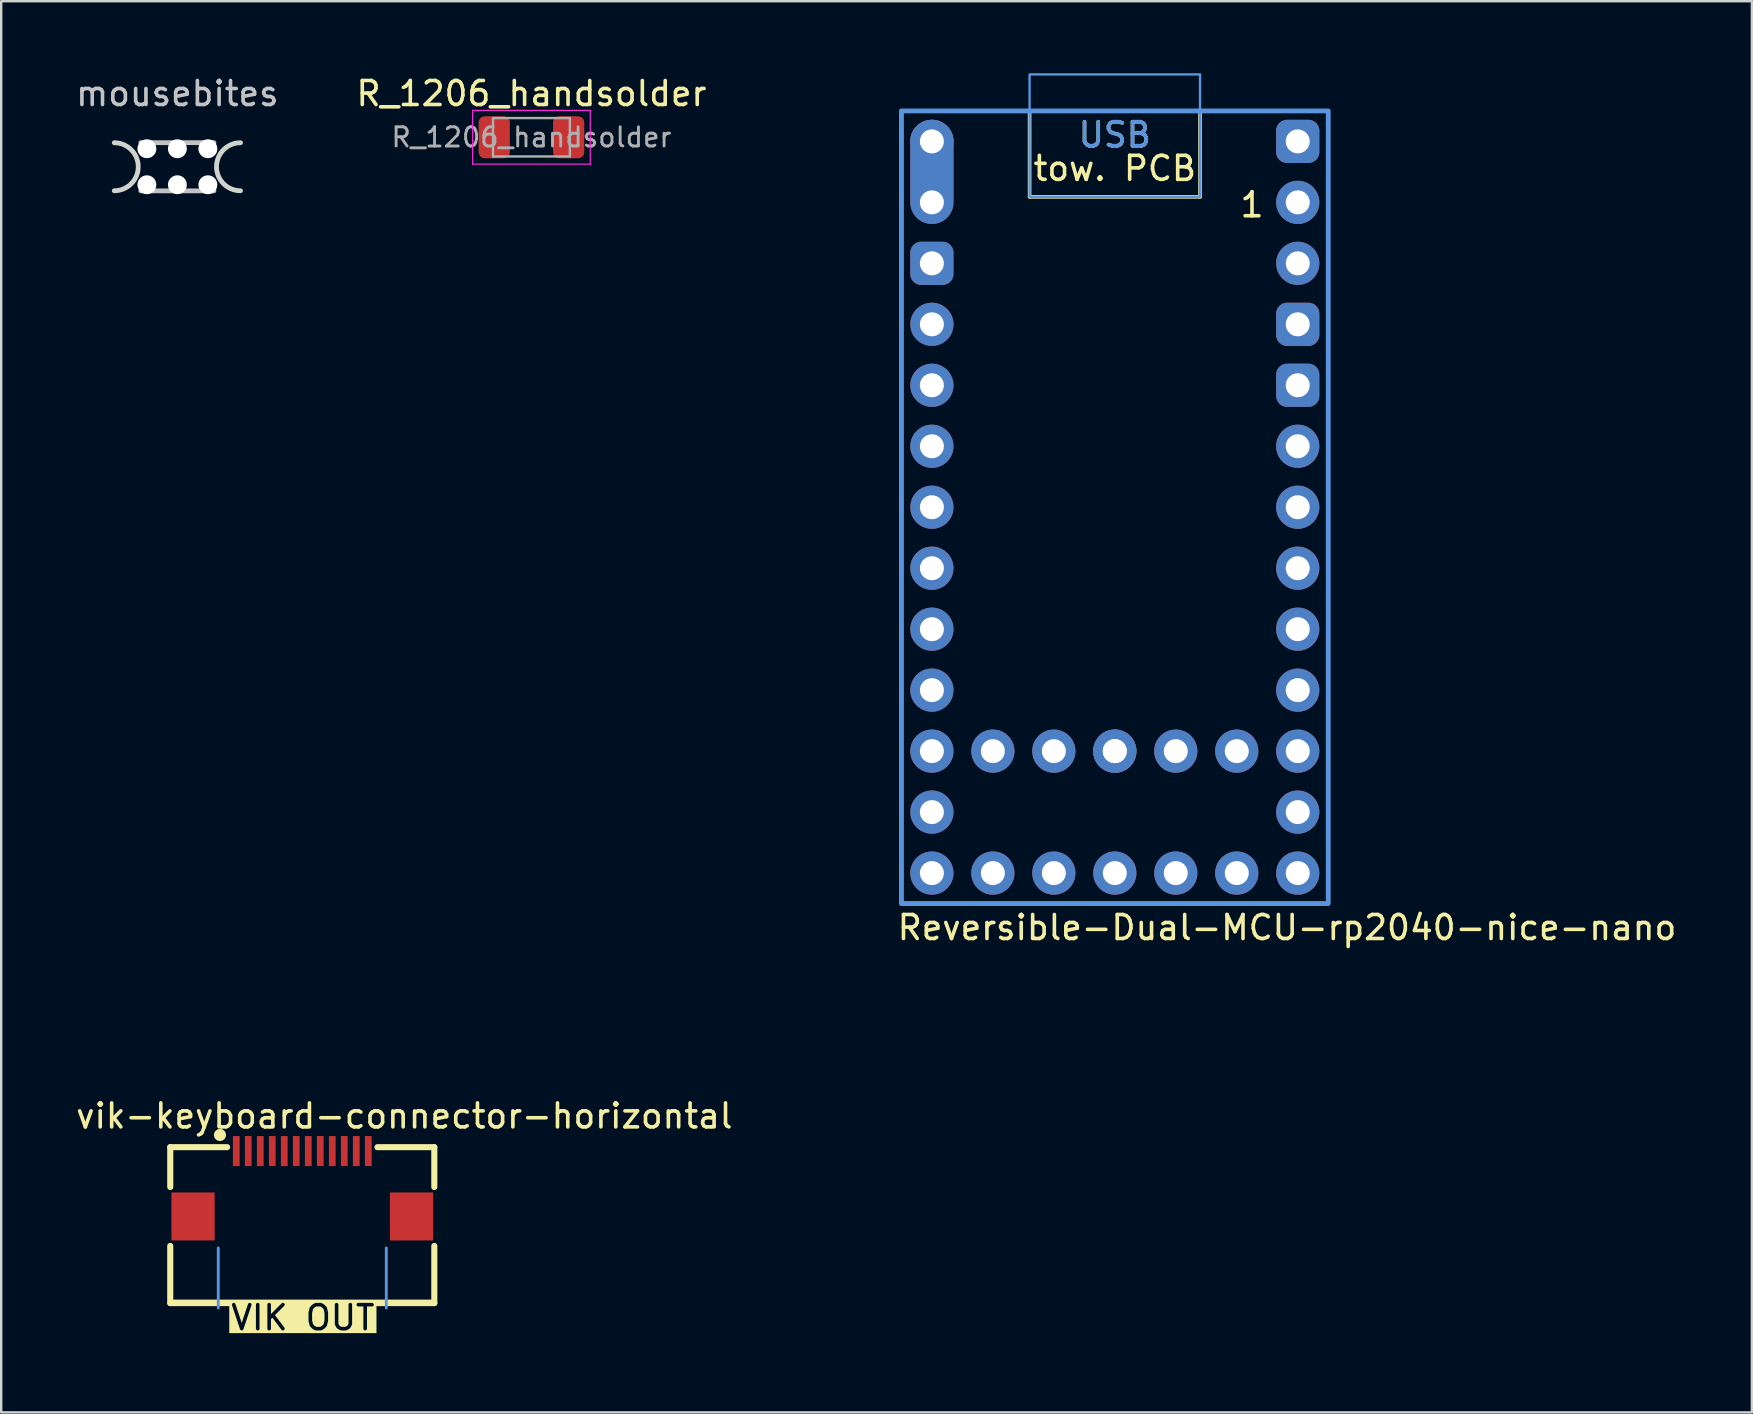
<source format=kicad_pcb>
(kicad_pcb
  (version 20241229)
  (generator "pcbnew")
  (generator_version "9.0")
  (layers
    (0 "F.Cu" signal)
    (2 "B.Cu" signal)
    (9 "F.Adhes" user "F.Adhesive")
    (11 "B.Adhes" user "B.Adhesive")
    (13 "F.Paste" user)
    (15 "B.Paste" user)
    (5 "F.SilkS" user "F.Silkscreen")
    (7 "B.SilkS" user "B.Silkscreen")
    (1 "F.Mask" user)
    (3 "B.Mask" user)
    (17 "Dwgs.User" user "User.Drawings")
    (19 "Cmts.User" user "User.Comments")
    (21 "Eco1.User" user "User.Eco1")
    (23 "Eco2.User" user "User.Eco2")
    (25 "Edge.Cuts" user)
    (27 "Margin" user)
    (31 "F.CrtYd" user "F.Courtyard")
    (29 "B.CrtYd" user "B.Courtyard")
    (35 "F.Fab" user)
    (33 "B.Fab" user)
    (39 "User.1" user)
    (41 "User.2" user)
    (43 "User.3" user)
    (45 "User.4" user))
  (footprint "vik-keyboard-connector-horizontal"
    (layer "F.Cu")
    (at 9.542 46.938)
    (property "Reference" "vik-keyboard-connector-horizontal" (at 4.25 -3.5 0) (unlocked yes) (layer "F.SilkS") (effects (font (size 1 1) (thickness 0.15))))
    (attr smd)
    (fp_line (start -5.5 -2.2) (end -3.131 -2.2) (stroke (width 0.254) (type solid)) (layer "F.SilkS"))
    (fp_line (start -5.5 -0.539) (end -5.5 -2.2) (stroke (width 0.254) (type solid)) (layer "F.SilkS"))
    (fp_line (start -5.5 4.2) (end 5.5 4.2) (stroke (width 0.1) (type default)) (layer "F.SilkS"))
    (fp_line (start -5.5 4.295) (end -5.5 1.912) (stroke (width 0.254) (type solid)) (layer "F.SilkS"))
    (fp_line (start -5.5 4.295) (end -3.05 4.295) (stroke (width 0.254) (type default)) (layer "F.SilkS"))
    (fp_line (start 3.1 4.295) (end 5.5 4.295) (stroke (width 0.254) (type default)) (layer "F.SilkS"))
    (fp_line (start 5.5 -2.2) (end 3.131 -2.2) (stroke (width 0.254) (type solid)) (layer "F.SilkS"))
    (fp_line (start 5.5 -0.539) (end 5.5 -2.2) (stroke (width 0.254) (type solid)) (layer "F.SilkS"))
    (fp_line (start 5.5 4.2) (end 5.5 4.295) (stroke (width 0.1) (type default)) (layer "F.SilkS"))
    (fp_line (start 5.5 4.295) (end 5.5 1.912) (stroke (width 0.254) (type solid)) (layer "F.SilkS"))
    (fp_circle (center -3.429 -2.708) (end -3.302 -2.708) (stroke (width 0.254) (type solid)) (fill no) (layer "F.SilkS"))
    (fp_line (start -3.5 2) (end -3.5 4.5) (stroke (width 0.12) (type default)) (layer "Cmts.User"))
    (fp_line (start 3.5 2) (end 3.5 4.5) (stroke (width 0.12) (type default)) (layer "Cmts.User"))
    (fp_text user "VIK OUT" (at -3.05 5.49 0) (unlocked yes) (layer "F.SilkS" knockout) (effects (font (size 1 1) (thickness 0.15)) (justify left bottom)))
    (fp_text user "C479750" (at 0 0.75 180) (layer "User.2") (effects (font (size 1 1) (thickness 0.15))))
    (pad "1" smd rect (at -2.75 -2.038) (size 0.28 1.25) (layers "F.Cu" "F.Mask" "F.Paste"))
    (pad "2" smd rect (at -2.25 -2.038) (size 0.28 1.25) (layers "F.Cu" "F.Mask" "F.Paste"))
    (pad "3" smd rect (at -1.75 -2.038) (size 0.28 1.25) (layers "F.Cu" "F.Mask" "F.Paste"))
    (pad "4" smd rect (at -1.25 -2.038) (size 0.28 1.25) (layers "F.Cu" "F.Mask" "F.Paste"))
    (pad "5" smd rect (at -0.75 -2.038) (size 0.28 1.25) (layers "F.Cu" "F.Mask" "F.Paste"))
    (pad "6" smd rect (at -0.25 -2.038) (size 0.28 1.25) (layers "F.Cu" "F.Mask" "F.Paste"))
    (pad "7" smd rect (at 0.25 -2.038) (size 0.28 1.25) (layers "F.Cu" "F.Mask" "F.Paste"))
    (pad "8" smd rect (at 0.75 -2.038) (size 0.28 1.25) (layers "F.Cu" "F.Mask" "F.Paste"))
    (pad "9" smd rect (at 1.25 -2.038) (size 0.28 1.25) (layers "F.Cu" "F.Mask" "F.Paste"))
    (pad "10" smd rect (at 1.75 -2.038) (size 0.28 1.25) (layers "F.Cu" "F.Mask" "F.Paste"))
    (pad "11" smd rect (at 2.25 -2.038) (size 0.28 1.25) (layers "F.Cu" "F.Mask" "F.Paste"))
    (pad "12" smd rect (at 2.75 -2.038) (size 0.28 1.25) (layers "F.Cu" "F.Mask" "F.Paste"))
    (pad "13" smd rect (at 4.55 0.686) (size 1.8 2) (layers "F.Cu" "F.Mask" "F.Paste"))
    (pad "14" smd rect (at -4.55 0.686) (size 1.8 2) (layers "F.Cu" "F.Mask" "F.Paste")))
  (footprint "mousebites"
    (layer "F.Cu")
    (at 4.339 3.896)
    (property "Reference" "mousebites" (at 0 -3.048 0) (layer "Dwgs.User") (effects (font (size 1 1) (thickness 0.15))))
    (attr through_hole board_only exclude_from_pos_files exclude_from_bom)
    (fp_line (start -1.524 -1.004) (end 1.524 -1.004) (stroke (width 0.2) (type solid)) (layer "Dwgs.User"))
    (fp_line (start -1.524 1.004) (end 1.524 1.004) (stroke (width 0.2) (type solid)) (layer "Dwgs.User"))
    (fp_arc (start -2.63 -1) (mid -1.63 0) (end -2.63 1) (stroke (width 0.2) (type default)) (layer "Edge.Cuts"))
    (fp_arc (start 2.63 1) (mid 1.63 0) (end 2.63 -1) (stroke (width 0.2) (type default)) (layer "Edge.Cuts"))
    (pad "" np_thru_hole circle (at -1.27 -0.75) (size 0.787 0.787) (drill 0.787) (layers "*.Cu" "*.Mask"))
    (pad "" np_thru_hole circle (at -1.27 0.75) (size 0.787 0.787) (drill 0.787) (layers "*.Cu" "*.Mask"))
    (pad "" np_thru_hole circle (at 0 -0.75) (size 0.787 0.787) (drill 0.787) (layers "*.Cu" "*.Mask"))
    (pad "" np_thru_hole circle (at 0 0.75) (size 0.787 0.787) (drill 0.787) (layers "*.Cu" "*.Mask"))
    (pad "" np_thru_hole circle (at 1.27 -0.75) (size 0.787 0.787) (drill 0.787) (layers "*.Cu" "*.Mask"))
    (pad "" np_thru_hole circle (at 1.27 0.75) (size 0.787 0.787) (drill 0.787) (layers "*.Cu" "*.Mask"))
    (zone (net_name "") (layers "F.Cu" "F.Mask" "B.Cu" "B.Mask" "F.SilkS" "B.SilkS" "F.Adhes" "B.Adhes" "F.Paste" "B.Paste") (hatch edge 0.5) (connect_pads) (min_thickness 0.25) (filled_areas_thickness no) (keepout (tracks not_allowed) (vias not_allowed) (pads allowed) (copperpour not_allowed) (footprints not_allowed)) (placement (enabled no)) (fill) (polygon (pts (xy 1.709 2.896) (xy 6.969 2.896) (xy 6.969 4.896) (xy 1.709 4.896)))))
  (footprint "Reversible-Dual-MCU-rp2040-nice-nano"
    (layer "F.Cu")
    (at 43.39 19.35)
    (property "Reference" "Reversible-Dual-MCU-rp2040-nice-nano" (at -9.14 16.24 0) (layer "F.SilkS") (effects (font (size 1 1) (thickness 0.15)) (justify left)))
    (attr through_hole exclude_from_pos_files exclude_from_bom)
    (fp_line (start -3.55 -14.2) (end -3.55 -17.78) (stroke (width 0.15) (type default)) (layer "F.SilkS"))
    (fp_line (start 3.55 -14.2) (end -3.55 -14.2) (stroke (width 0.15) (type default)) (layer "F.SilkS"))
    (fp_line (start 3.55 -14.2) (end 3.55 -17.78) (stroke (width 0.15) (type default)) (layer "F.SilkS"))
    (fp_rect (start -8.89 -17.78) (end 8.89 15.24) (stroke (width 0.15) (type solid)) (fill no) (layer "F.SilkS"))
    (fp_rect (start -3.55 -19.3) (end 3.55 -14.2) (stroke (width 0.1) (type default)) (fill no) (layer "Cmts.User"))
    (fp_rect (start 8.89 -17.78) (end -8.89 15.24) (stroke (width 0.2) (type solid)) (fill no) (layer "Cmts.User"))
    (fp_text user "1" (at 5.715 -13.283 0) (layer "F.SilkS") (effects (font (size 1 1) (thickness 0.15)) (justify bottom)))
    (fp_text user "USB" (at 0 -16.2 0) (unlocked yes) (layer "F.SilkS") (effects (font (size 1 1) (thickness 0.15)) (justify bottom)))
    (fp_text user "tow. PCB" (at 0 -14.8 0) (unlocked yes) (layer "F.SilkS") (effects (font (size 1 1) (thickness 0.15)) (justify bottom)))
    (fp_text user "USB" (at 0 -16.2 0) (layer "Cmts.User") (effects (font (size 1 1) (thickness 0.15)) (justify bottom)))
    (pad "1" thru_hole circle (at 7.62 -13.97) (size 1.8 1.8) (drill 1) (layers "*.Cu" "B.Mask"))
    (pad "2" thru_hole circle (at 7.62 -11.43) (size 1.8 1.8) (drill 1) (layers "*.Cu" "B.Mask"))
    (pad "3" thru_hole roundrect (at 7.62 -8.89) (size 1.8 1.8) (drill 1) (layers "*.Cu" "B.Mask") (roundrect_rratio 0.25))
    (pad "4" thru_hole roundrect (at 7.62 -6.35) (size 1.8 1.8) (drill 1) (layers "*.Cu" "B.Mask") (roundrect_rratio 0.25))
    (pad "5" thru_hole circle (at 7.62 -3.81) (size 1.8 1.8) (drill 1) (layers "*.Cu" "B.Mask"))
    (pad "6" thru_hole circle (at 7.62 -1.27) (size 1.8 1.8) (drill 1) (layers "*.Cu" "B.Mask"))
    (pad "7" thru_hole circle (at 7.62 1.27) (size 1.8 1.8) (drill 1) (layers "*.Cu" "B.Mask"))
    (pad "8" thru_hole circle (at 7.62 3.81) (size 1.8 1.8) (drill 1) (layers "*.Cu" "B.Mask"))
    (pad "9" thru_hole circle (at 7.62 6.35) (size 1.8 1.8) (drill 1) (layers "*.Cu" "B.Mask"))
    (pad "10" thru_hole circle (at 7.62 8.89) (size 1.8 1.8) (drill 1) (layers "*.Cu" "B.Mask"))
    (pad "11" thru_hole circle (at 7.62 11.43) (size 1.8 1.8) (drill 1) (layers "*.Cu" "B.Mask"))
    (pad "12" thru_hole circle (at 7.62 13.97) (size 1.8 1.8) (drill 1) (layers "*.Cu" "B.Mask"))
    (pad "13" thru_hole oval (at -7.62 -13.97) (size 1.8 4.34) (drill 1 (offset 0 -1.27)) (layers "*.Cu" "B.Mask"))
    (pad "14" thru_hole roundrect (at -7.62 -11.43) (size 1.8 1.8) (drill 1) (layers "*.Cu" "B.Mask") (roundrect_rratio 0.25))
    (pad "15" thru_hole circle (at -7.62 -8.89) (size 1.8 1.8) (drill 1) (layers "*.Cu" "B.Mask"))
    (pad "16" thru_hole circle (at -7.62 -6.35) (size 1.8 1.8) (drill 1) (layers "*.Cu" "B.Mask"))
    (pad "17" thru_hole circle (at -7.62 -3.81) (size 1.8 1.8) (drill 1) (layers "*.Cu" "B.Mask"))
    (pad "18" thru_hole circle (at -7.62 -1.27) (size 1.8 1.8) (drill 1) (layers "*.Cu" "B.Mask"))
    (pad "19" thru_hole circle (at -7.62 1.27) (size 1.8 1.8) (drill 1) (layers "*.Cu" "B.Mask"))
    (pad "20" thru_hole circle (at -7.62 3.81) (size 1.8 1.8) (drill 1) (layers "*.Cu" "B.Mask"))
    (pad "21" thru_hole circle (at -7.62 6.35) (size 1.8 1.8) (drill 1) (layers "*.Cu" "B.Mask"))
    (pad "22" thru_hole circle (at -7.62 8.89) (size 1.8 1.8) (drill 1) (layers "*.Cu" "B.Mask"))
    (pad "23" thru_hole circle (at -7.62 11.43) (size 1.8 1.8) (drill 1) (layers "*.Cu" "B.Mask"))
    (pad "24" thru_hole circle (at -7.62 13.97) (size 1.8 1.8) (drill 1) (layers "*.Cu" "B.Mask"))
    (pad "25" thru_hole circle (at 5.08 13.97) (size 1.8 1.8) (drill 1) (layers "*.Cu" "B.Mask"))
    (pad "26" thru_hole circle (at 2.54 13.97) (size 1.8 1.8) (drill 1) (layers "*.Cu" "B.Mask"))
    (pad "27" thru_hole circle (at 0 13.97) (size 1.8 1.8) (drill 1) (layers "*.Cu" "B.Mask"))
    (pad "28" thru_hole circle (at -2.54 13.97) (size 1.8 1.8) (drill 1) (layers "*.Cu" "B.Mask"))
    (pad "29" thru_hole circle (at -5.08 13.97) (size 1.8 1.8) (drill 1) (layers "*.Cu" "B.Mask"))
    (pad "30" thru_hole circle (at -7.62 -16.51) (size 1.8 1.8) (drill 1) (layers "*.Cu" "B.Mask"))
    (pad "31" thru_hole circle (at -5.08 8.89) (size 1.8 1.8) (drill 1) (layers "*.Cu" "F.Mask"))
    (pad "31" thru_hole circle (at 5.08 8.89) (size 1.8 1.8) (drill 1) (layers "*.Cu" "B.Mask"))
    (pad "32" thru_hole circle (at -2.54 8.89) (size 1.8 1.8) (drill 1) (layers "*.Cu" "F.Mask"))
    (pad "32" thru_hole circle (at 2.54 8.89) (size 1.8 1.8) (drill 1) (layers "*.Cu" "B.Mask"))
    (pad "33" thru_hole circle (at 0 8.89) (size 1.8 1.8) (drill 1) (layers "*.Cu" "F.Mask"))
    (pad "33" thru_hole circle (at 0 8.89) (size 1.8 1.8) (drill 1) (layers "*.Cu" "B.Mask"))
    (pad "34" thru_hole roundrect (at 7.62 -16.51) (size 1.8 1.8) (drill 1) (layers "*.Cu" "B.Mask") (roundrect_rratio 0.25))
    (zone (net_name "") (layers "F.Cu" "B.Cu") (name "ANT") (hatch edge 0.5) (connect_pads) (min_thickness 0.25) (filled_areas_thickness no) (keepout (tracks allowed) (vias allowed) (pads allowed) (copperpour not_allowed) (footprints allowed)) (placement (enabled no)) (fill) (polygon (pts (xy 29.5 29.51) (xy 57.28 29.51) (xy 57.28 39.59) (xy 29.5 39.59)))))
  (footprint "R_1206_handsolder"
    (layer "F.Cu")
    (at 19.089 2.668)
    (property "Reference" "R_1206_handsolder" (at 0 -1.82 0) (layer "F.SilkS") (effects (font (size 1 1) (thickness 0.15))))
    (attr smd)
    (fp_line (start -2.45 -1.12) (end 2.45 -1.12) (stroke (width 0.05) (type solid)) (layer "F.CrtYd"))
    (fp_line (start -2.45 1.12) (end -2.45 -1.12) (stroke (width 0.05) (type solid)) (layer "F.CrtYd"))
    (fp_line (start 2.45 -1.12) (end 2.45 1.12) (stroke (width 0.05) (type solid)) (layer "F.CrtYd"))
    (fp_line (start 2.45 1.12) (end -2.45 1.12) (stroke (width 0.05) (type solid)) (layer "F.CrtYd"))
    (fp_line (start -1.6 -0.8) (end 1.6 -0.8) (stroke (width 0.1) (type solid)) (layer "F.Fab"))
    (fp_line (start -1.6 0.8) (end -1.6 -0.8) (stroke (width 0.1) (type solid)) (layer "F.Fab"))
    (fp_line (start 1.6 -0.8) (end 1.6 0.8) (stroke (width 0.1) (type solid)) (layer "F.Fab"))
    (fp_line (start 1.6 0.8) (end -1.6 0.8) (stroke (width 0.1) (type solid)) (layer "F.Fab"))
    (fp_text user "${REFERENCE}" (at 0 0 0) (layer "F.Fab") (effects (font (size 0.8 0.8) (thickness 0.12))))
    (pad "1" smd roundrect (at -1.55 0) (size 1.3 1.75) (layers "F.Cu" "F.Mask" "F.Paste") (roundrect_rratio 0.192))
    (pad "2" smd roundrect (at 1.55 0) (size 1.3 1.75) (layers "F.Cu" "F.Mask" "F.Paste") (roundrect_rratio 0.192)))
  (gr_rect
    (start -3 -3)
    (end 69.929 55.786)
    (stroke (width 0.1) (type default))
    (fill no)
    (layer "Edge.Cuts")))
</source>
